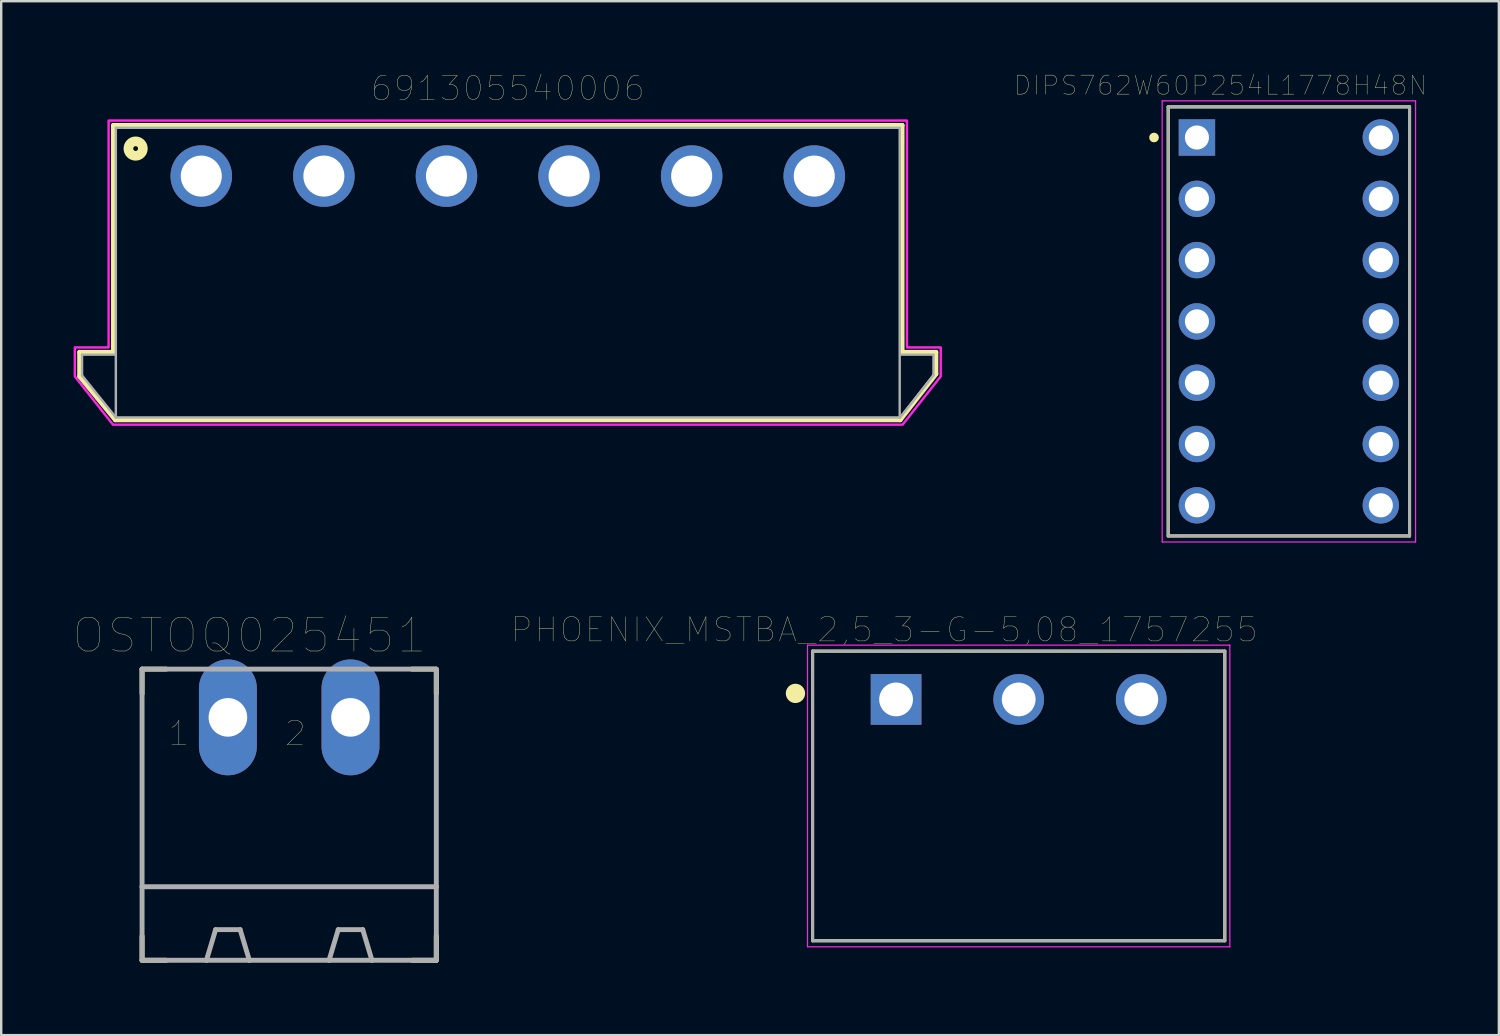
<source format=kicad_pcb>
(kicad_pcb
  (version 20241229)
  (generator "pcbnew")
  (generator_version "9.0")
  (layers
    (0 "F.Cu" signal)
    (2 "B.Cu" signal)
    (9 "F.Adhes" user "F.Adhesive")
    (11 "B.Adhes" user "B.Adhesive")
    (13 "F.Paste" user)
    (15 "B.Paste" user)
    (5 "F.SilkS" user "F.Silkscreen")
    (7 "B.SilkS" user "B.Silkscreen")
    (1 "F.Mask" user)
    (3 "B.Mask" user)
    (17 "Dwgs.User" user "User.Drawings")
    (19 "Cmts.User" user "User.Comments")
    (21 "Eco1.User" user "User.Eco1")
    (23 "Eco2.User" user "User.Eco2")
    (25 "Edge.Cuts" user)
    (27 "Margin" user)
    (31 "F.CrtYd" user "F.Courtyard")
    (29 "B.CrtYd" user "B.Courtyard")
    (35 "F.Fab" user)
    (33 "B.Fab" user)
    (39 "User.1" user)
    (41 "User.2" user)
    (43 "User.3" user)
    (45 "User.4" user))
  (footprint "PHOENIX_MSTBA_2,5_3-G-5,08_1757255"
    (layer "F.Cu")
    (at 39.16 25.931)
    (property "Reference" "PHOENIX_MSTBA_2,5_3-G-5,08_1757255" (at -5.577 -2.886 0) (layer "F.SilkS") (effects (font (size 1 1) (thickness 0.015))))
    (attr through_hole)
    (fp_line (start -8.54 -2) (end 8.54 -2) (stroke (width 0.127) (type solid)) (layer "F.SilkS"))
    (fp_line (start -8.54 10) (end -8.54 -2) (stroke (width 0.127) (type solid)) (layer "F.SilkS"))
    (fp_line (start 8.54 -2) (end 8.54 10) (stroke (width 0.127) (type solid)) (layer "F.SilkS"))
    (fp_line (start 8.54 10) (end -8.54 10) (stroke (width 0.127) (type solid)) (layer "F.SilkS"))
    (fp_circle (center -9.25 -0.25) (end -9.05 -0.25) (stroke (width 0.4) (type solid)) (fill no) (layer "F.SilkS"))
    (fp_line (start -8.75 -2.25) (end 8.75 -2.25) (stroke (width 0.05) (type solid)) (layer "F.CrtYd"))
    (fp_line (start -8.75 10.25) (end -8.75 -2.25) (stroke (width 0.05) (type solid)) (layer "F.CrtYd"))
    (fp_line (start 8.75 -2.25) (end 8.75 10.25) (stroke (width 0.05) (type solid)) (layer "F.CrtYd"))
    (fp_line (start 8.75 10.25) (end -8.75 10.25) (stroke (width 0.05) (type solid)) (layer "F.CrtYd"))
    (fp_line (start -8.54 -2) (end -8.54 10) (stroke (width 0.127) (type solid)) (layer "F.Fab"))
    (fp_line (start -8.54 10) (end 8.54 10) (stroke (width 0.127) (type solid)) (layer "F.Fab"))
    (fp_line (start 8.54 -2) (end -8.54 -2) (stroke (width 0.127) (type solid)) (layer "F.Fab"))
    (fp_line (start 8.54 10) (end 8.54 -2) (stroke (width 0.127) (type solid)) (layer "F.Fab"))
    (pad "1" thru_hole rect (at -5.08 0) (size 2.1 2.1) (drill 1.4) (layers "*.Cu" "*.Mask"))
    (pad "2" thru_hole circle (at 0 0) (size 2.1 2.1) (drill 1.4) (layers "*.Cu" "*.Mask"))
    (pad "3" thru_hole circle (at 5.08 0) (size 2.1 2.1) (drill 1.4) (layers "*.Cu" "*.Mask")))
  (footprint "691305540006"
    (layer "F.Cu")
    (at 17.99 4.246)
    (property "Reference" "691305540006" (at 0 -3.635 0) (layer "F.SilkS") (effects (font (size 1 1) (thickness 0.015))))
    (attr through_hole)
    (fp_line (start -17.74 7.3) (end -16.34 7.3) (stroke (width 0.2) (type solid)) (layer "F.SilkS"))
    (fp_line (start -17.74 8.3) (end -17.74 7.3) (stroke (width 0.2) (type solid)) (layer "F.SilkS"))
    (fp_line (start -16.34 -2.1) (end 16.34 -2.1) (stroke (width 0.2) (type solid)) (layer "F.SilkS"))
    (fp_line (start -16.34 7.3) (end -16.34 -2.1) (stroke (width 0.2) (type solid)) (layer "F.SilkS"))
    (fp_line (start -16.26 10.1) (end -17.74 8.3) (stroke (width 0.2) (type solid)) (layer "F.SilkS"))
    (fp_line (start 16.26 10.1) (end -16.26 10.1) (stroke (width 0.2) (type solid)) (layer "F.SilkS"))
    (fp_line (start 16.34 -2.1) (end 16.34 7.3) (stroke (width 0.2) (type solid)) (layer "F.SilkS"))
    (fp_line (start 16.34 7.3) (end 17.74 7.3) (stroke (width 0.2) (type solid)) (layer "F.SilkS"))
    (fp_line (start 17.74 7.3) (end 17.74 8.2) (stroke (width 0.2) (type solid)) (layer "F.SilkS"))
    (fp_line (start 17.74 8.2) (end 16.26 10.1) (stroke (width 0.2) (type solid)) (layer "F.SilkS"))
    (fp_circle (center -15.42 -1.14) (end -15.32 -1.14) (stroke (width 0.4) (type solid)) (fill no) (layer "F.SilkS"))
    (fp_poly (pts (xy -16.54 -2.3) (xy 16.54 -2.3) (xy 16.54 7.1) (xy 17.94 7.1) (xy 17.94 8.3) (xy 16.36 10.3) (xy -16.36 10.3) (xy -17.94 8.3) (xy -17.94 7.1) (xy -16.54 7.1)) (stroke (width 0.1) (type solid)) (fill no) (layer "F.CrtYd"))
    (fp_line (start -17.64 7.4) (end -16.24 7.4) (stroke (width 0.1) (type solid)) (layer "F.Fab"))
    (fp_line (start -17.64 8.26) (end -17.64 7.4) (stroke (width 0.1) (type solid)) (layer "F.Fab"))
    (fp_line (start -16.24 -2) (end 16.24 -2) (stroke (width 0.1) (type solid)) (layer "F.Fab"))
    (fp_line (start -16.24 7.4) (end -16.24 -2) (stroke (width 0.1) (type solid)) (layer "F.Fab"))
    (fp_line (start -16.24 10) (end -17.64 8.26) (stroke (width 0.1) (type solid)) (layer "F.Fab"))
    (fp_line (start -16.24 10) (end -16.24 7.4) (stroke (width 0.1) (type solid)) (layer "F.Fab"))
    (fp_line (start 16.24 -2) (end 16.24 10) (stroke (width 0.1) (type solid)) (layer "F.Fab"))
    (fp_line (start 16.24 10) (end -16.24 10) (stroke (width 0.1) (type solid)) (layer "F.Fab"))
    (fp_line (start 16.26 10) (end 17.64 8.26) (stroke (width 0.1) (type solid)) (layer "F.Fab"))
    (fp_line (start 17.64 7.4) (end 16.26 7.4) (stroke (width 0.1) (type solid)) (layer "F.Fab"))
    (fp_line (start 17.64 8.26) (end 17.64 7.4) (stroke (width 0.1) (type solid)) (layer "F.Fab"))
    (pad "1" thru_hole circle (at -12.7 0) (size 2.55 2.55) (drill 1.7) (layers "*.Cu" "*.Mask"))
    (pad "2" thru_hole circle (at -7.62 0) (size 2.55 2.55) (drill 1.7) (layers "*.Cu" "*.Mask"))
    (pad "3" thru_hole circle (at -2.54 0) (size 2.55 2.55) (drill 1.7) (layers "*.Cu" "*.Mask"))
    (pad "4" thru_hole circle (at 2.54 0) (size 2.55 2.55) (drill 1.7) (layers "*.Cu" "*.Mask"))
    (pad "5" thru_hole circle (at 7.62 0) (size 2.55 2.55) (drill 1.7) (layers "*.Cu" "*.Mask"))
    (pad "6" thru_hole circle (at 12.7 0) (size 2.55 2.55) (drill 1.7) (layers "*.Cu" "*.Mask")))
  (footprint "DIPS762W60P254L1778H48N"
    (layer "F.Cu")
    (at 50.356 10.268)
    (property "Reference" "DIPS762W60P254L1778H48N" (at -2.837 -9.781 0) (layer "F.SilkS") (effects (font (size 0.788 0.788) (thickness 0.015))))
    (attr through_hole)
    (fp_line (start -5 -8.89) (end -5 8.89) (stroke (width 0.127) (type solid)) (layer "F.SilkS"))
    (fp_line (start -5 8.89) (end 5 8.89) (stroke (width 0.127) (type solid)) (layer "F.SilkS"))
    (fp_line (start 5 -8.89) (end -5 -8.89) (stroke (width 0.127) (type solid)) (layer "F.SilkS"))
    (fp_line (start 5 8.89) (end 5 -8.89) (stroke (width 0.127) (type solid)) (layer "F.SilkS"))
    (fp_circle (center -5.588 -7.62) (end -5.488 -7.62) (stroke (width 0.2) (type solid)) (fill no) (layer "F.SilkS"))
    (fp_line (start -5.25 -9.14) (end -5.25 9.14) (stroke (width 0.05) (type solid)) (layer "F.CrtYd"))
    (fp_line (start -5.25 9.14) (end 5.25 9.14) (stroke (width 0.05) (type solid)) (layer "F.CrtYd"))
    (fp_line (start 5.25 -9.14) (end -5.25 -9.14) (stroke (width 0.05) (type solid)) (layer "F.CrtYd"))
    (fp_line (start 5.25 9.14) (end 5.25 -9.14) (stroke (width 0.05) (type solid)) (layer "F.CrtYd"))
    (fp_line (start -5 -8.89) (end -5 8.89) (stroke (width 0.127) (type solid)) (layer "F.Fab"))
    (fp_line (start -5 8.89) (end 5 8.89) (stroke (width 0.127) (type solid)) (layer "F.Fab"))
    (fp_line (start 5 -8.89) (end -5 -8.89) (stroke (width 0.127) (type solid)) (layer "F.Fab"))
    (fp_line (start 5 8.89) (end 5 -8.89) (stroke (width 0.127) (type solid)) (layer "F.Fab"))
    (pad "1" thru_hole rect (at -3.81 -7.62) (size 1.508 1.508) (drill 1) (layers "*.Cu" "*.Mask"))
    (pad "2" thru_hole circle (at -3.81 -5.08) (size 1.508 1.508) (drill 1) (layers "*.Cu" "*.Mask"))
    (pad "3" thru_hole circle (at -3.81 -2.54) (size 1.508 1.508) (drill 1) (layers "*.Cu" "*.Mask"))
    (pad "4" thru_hole circle (at -3.81 0) (size 1.508 1.508) (drill 1) (layers "*.Cu" "*.Mask"))
    (pad "5" thru_hole circle (at -3.81 2.54) (size 1.508 1.508) (drill 1) (layers "*.Cu" "*.Mask"))
    (pad "6" thru_hole circle (at -3.81 5.08) (size 1.508 1.508) (drill 1) (layers "*.Cu" "*.Mask"))
    (pad "7" thru_hole circle (at -3.81 7.62) (size 1.508 1.508) (drill 1) (layers "*.Cu" "*.Mask"))
    (pad "8" thru_hole circle (at 3.81 7.62) (size 1.508 1.508) (drill 1) (layers "*.Cu" "*.Mask"))
    (pad "9" thru_hole circle (at 3.81 5.08) (size 1.508 1.508) (drill 1) (layers "*.Cu" "*.Mask"))
    (pad "10" thru_hole circle (at 3.81 2.54) (size 1.508 1.508) (drill 1) (layers "*.Cu" "*.Mask"))
    (pad "11" thru_hole circle (at 3.81 0) (size 1.508 1.508) (drill 1) (layers "*.Cu" "*.Mask"))
    (pad "12" thru_hole circle (at 3.81 -2.54) (size 1.508 1.508) (drill 1) (layers "*.Cu" "*.Mask"))
    (pad "13" thru_hole circle (at 3.81 -5.08) (size 1.508 1.508) (drill 1) (layers "*.Cu" "*.Mask"))
    (pad "14" thru_hole circle (at 3.81 -7.62) (size 1.508 1.508) (drill 1) (layers "*.Cu" "*.Mask")))
  (footprint "OSTOQ025451"
    (layer "F.Cu")
    (at 8.933 30.517)
    (property "Reference" "OSTOQ025451" (at -1.651 -7.239 0) (layer "F.SilkS") (effects (font (size 1.4 1.4) (thickness 0.015))))
    (attr through_hole)
    (fp_line (start -6.096 -5.842) (end -5.096 -5.842) (stroke (width 0.203) (type solid)) (layer "F.SilkS"))
    (fp_line (start -6.096 -5.826) (end -6.096 -4.826) (stroke (width 0.203) (type solid)) (layer "F.SilkS"))
    (fp_line (start -6.096 5.223) (end -6.096 6.223) (stroke (width 0.203) (type solid)) (layer "F.SilkS"))
    (fp_line (start -6.096 6.223) (end -5.096 6.223) (stroke (width 0.203) (type solid)) (layer "F.SilkS"))
    (fp_line (start 5.08 -5.842) (end 6.08 -5.842) (stroke (width 0.203) (type solid)) (layer "F.SilkS"))
    (fp_line (start 5.096 6.223) (end 6.096 6.223) (stroke (width 0.203) (type solid)) (layer "F.SilkS"))
    (fp_line (start 6.096 -5.826) (end 6.096 -4.826) (stroke (width 0.203) (type solid)) (layer "F.SilkS"))
    (fp_line (start 6.096 5.223) (end 6.096 6.223) (stroke (width 0.203) (type solid)) (layer "F.SilkS"))
    (fp_line (start -6.096 -5.842) (end -6.096 3.175) (stroke (width 0.203) (type solid)) (layer "F.Fab"))
    (fp_line (start -6.096 -5.842) (end 6.096 -5.842) (stroke (width 0.203) (type solid)) (layer "F.Fab"))
    (fp_line (start -6.096 3.175) (end -6.096 6.223) (stroke (width 0.203) (type solid)) (layer "F.Fab"))
    (fp_line (start -6.096 3.175) (end 6.096 3.175) (stroke (width 0.203) (type solid)) (layer "F.Fab"))
    (fp_line (start -6.096 6.223) (end -3.429 6.223) (stroke (width 0.203) (type solid)) (layer "F.Fab"))
    (fp_line (start -3.429 6.223) (end -3.048 4.953) (stroke (width 0.203) (type solid)) (layer "F.Fab"))
    (fp_line (start -3.429 6.223) (end -1.651 6.223) (stroke (width 0.203) (type solid)) (layer "F.Fab"))
    (fp_line (start -2.032 4.953) (end -3.048 4.953) (stroke (width 0.203) (type solid)) (layer "F.Fab"))
    (fp_line (start -1.651 6.223) (end -2.032 4.953) (stroke (width 0.203) (type solid)) (layer "F.Fab"))
    (fp_line (start -1.651 6.223) (end 1.651 6.223) (stroke (width 0.203) (type solid)) (layer "F.Fab"))
    (fp_line (start 1.651 6.223) (end 2.032 4.953) (stroke (width 0.203) (type solid)) (layer "F.Fab"))
    (fp_line (start 1.651 6.223) (end 3.429 6.223) (stroke (width 0.203) (type solid)) (layer "F.Fab"))
    (fp_line (start 2.032 4.953) (end 3.048 4.953) (stroke (width 0.203) (type solid)) (layer "F.Fab"))
    (fp_line (start 3.429 6.223) (end 3.048 4.953) (stroke (width 0.203) (type solid)) (layer "F.Fab"))
    (fp_line (start 3.429 6.223) (end 6.096 6.223) (stroke (width 0.203) (type solid)) (layer "F.Fab"))
    (fp_line (start 6.096 -5.842) (end 6.096 3.175) (stroke (width 0.203) (type solid)) (layer "F.Fab"))
    (fp_line (start 6.096 3.175) (end 6.096 6.223) (stroke (width 0.203) (type solid)) (layer "F.Fab"))
    (fp_text user "2" (at 0.254 -3.175 0) (layer "F.SilkS") (effects (font (size 1 1) (thickness 0.015))))
    (fp_text user "1" (at -4.572 -3.175 0) (layer "F.SilkS") (effects (font (size 1 1) (thickness 0.015))))
    (pad "1" thru_hole oval (at -2.54 -3.842) (size 2.4 4.8) (drill 1.6) (layers "*.Cu"))
    (pad "2" thru_hole oval (at 2.54 -3.842) (size 2.4 4.8) (drill 1.6) (layers "*.Cu")))
  (gr_rect
    (start -3 -3)
    (end 59.057 39.842)
    (stroke (width 0.1) (type default))
    (fill no)
    (layer "Edge.Cuts")))
</source>
